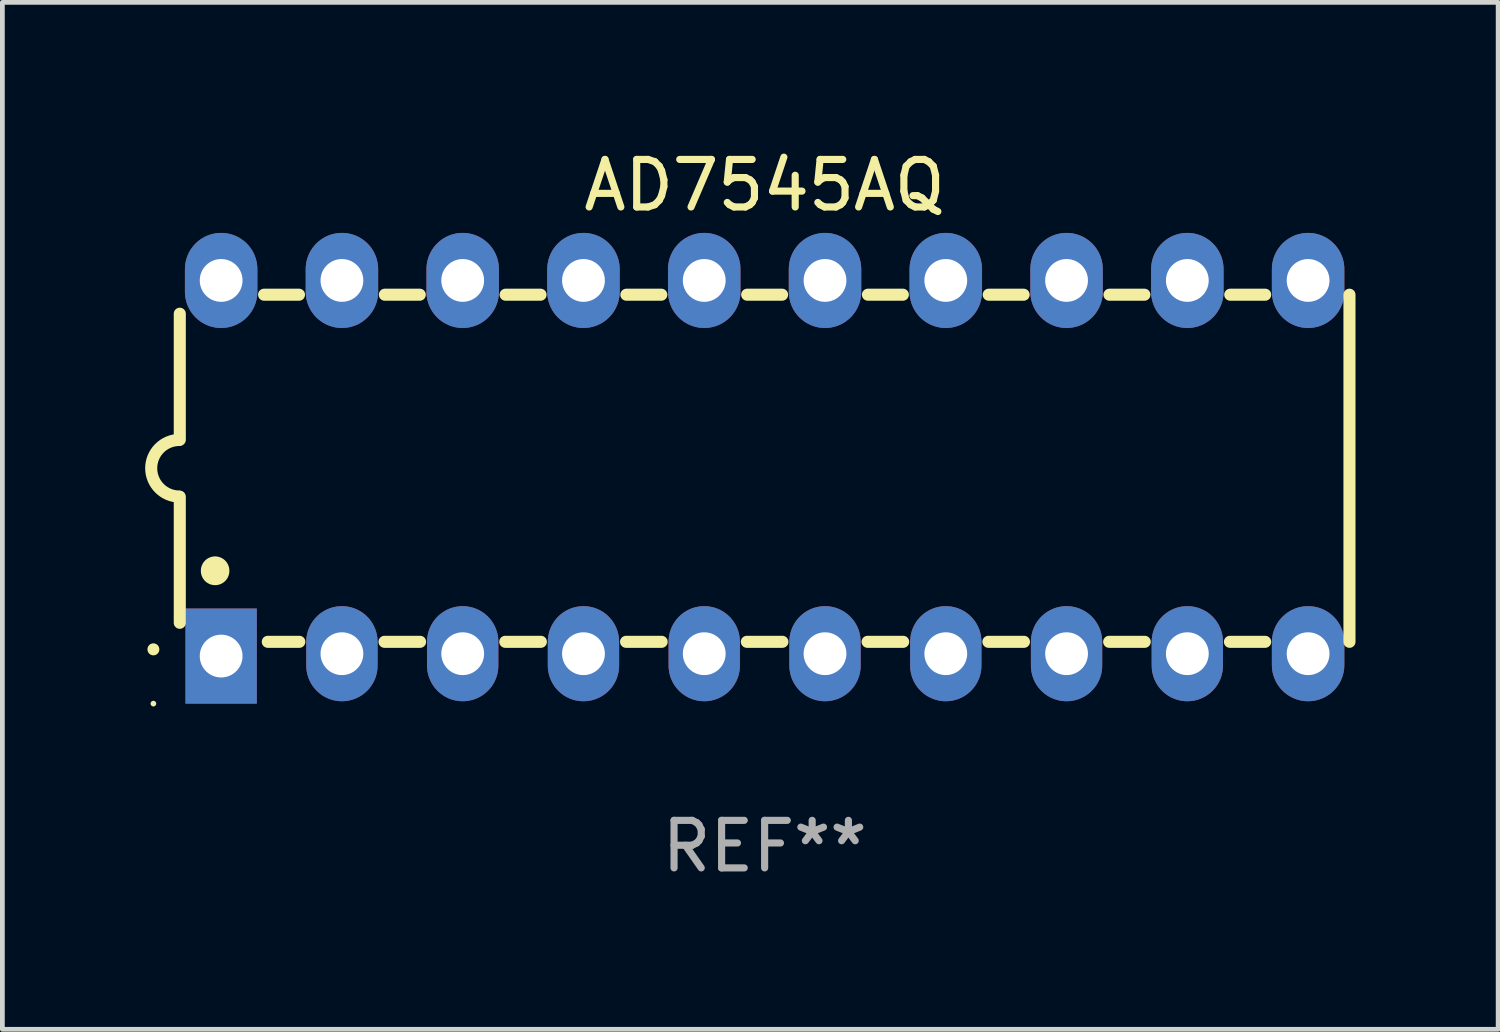
<source format=kicad_pcb>
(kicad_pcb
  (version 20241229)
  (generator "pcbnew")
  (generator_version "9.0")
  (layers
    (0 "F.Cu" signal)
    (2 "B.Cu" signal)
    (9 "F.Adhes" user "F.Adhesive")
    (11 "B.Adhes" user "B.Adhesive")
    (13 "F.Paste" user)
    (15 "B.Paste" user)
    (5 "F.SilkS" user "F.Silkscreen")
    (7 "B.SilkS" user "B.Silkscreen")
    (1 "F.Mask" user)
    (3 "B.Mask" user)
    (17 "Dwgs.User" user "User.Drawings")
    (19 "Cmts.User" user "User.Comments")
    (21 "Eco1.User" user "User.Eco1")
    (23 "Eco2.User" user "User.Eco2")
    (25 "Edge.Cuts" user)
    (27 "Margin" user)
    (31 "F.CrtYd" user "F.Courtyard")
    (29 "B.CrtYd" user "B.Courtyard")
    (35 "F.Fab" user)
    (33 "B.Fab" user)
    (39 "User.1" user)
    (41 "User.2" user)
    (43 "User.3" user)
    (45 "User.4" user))
  (footprint "AD7545AQ"
    (layer "F.Cu")
    (at 13.031 6.798)
    (property "Reference" "AD7545AQ" (at 0 -5.95 0) (layer "F.SilkS") (effects (font (size 1 1) (thickness 0.15))))
    (attr through_hole)
    (fp_line (start -12.3 -0.6) (end -12.3 -3.25) (stroke (width 0.254) (type solid)) (layer "F.SilkS"))
    (fp_line (start -12.3 3.25) (end -12.3 0.6) (stroke (width 0.254) (type solid)) (layer "F.SilkS"))
    (fp_line (start -10.527 -3.65) (end -9.793 -3.65) (stroke (width 0.254) (type solid)) (layer "F.SilkS"))
    (fp_line (start -10.449 3.65) (end -9.786 3.65) (stroke (width 0.254) (type solid)) (layer "F.SilkS"))
    (fp_line (start -7.994 3.65) (end -7.246 3.65) (stroke (width 0.254) (type solid)) (layer "F.SilkS"))
    (fp_line (start -7.987 -3.65) (end -7.253 -3.65) (stroke (width 0.254) (type solid)) (layer "F.SilkS"))
    (fp_line (start -5.454 3.65) (end -4.706 3.65) (stroke (width 0.254) (type solid)) (layer "F.SilkS"))
    (fp_line (start -5.447 -3.65) (end -4.713 -3.65) (stroke (width 0.254) (type solid)) (layer "F.SilkS"))
    (fp_line (start -2.914 3.65) (end -2.166 3.65) (stroke (width 0.254) (type solid)) (layer "F.SilkS"))
    (fp_line (start -2.907 -3.65) (end -2.173 -3.65) (stroke (width 0.254) (type solid)) (layer "F.SilkS"))
    (fp_line (start -0.374 3.65) (end 0.374 3.65) (stroke (width 0.254) (type solid)) (layer "F.SilkS"))
    (fp_line (start -0.367 -3.65) (end 0.367 -3.65) (stroke (width 0.254) (type solid)) (layer "F.SilkS"))
    (fp_line (start 2.166 3.65) (end 2.914 3.65) (stroke (width 0.254) (type solid)) (layer "F.SilkS"))
    (fp_line (start 2.173 -3.65) (end 2.907 -3.65) (stroke (width 0.254) (type solid)) (layer "F.SilkS"))
    (fp_line (start 4.706 3.65) (end 5.454 3.65) (stroke (width 0.254) (type solid)) (layer "F.SilkS"))
    (fp_line (start 4.713 -3.65) (end 5.447 -3.65) (stroke (width 0.254) (type solid)) (layer "F.SilkS"))
    (fp_line (start 7.246 3.65) (end 7.994 3.65) (stroke (width 0.254) (type solid)) (layer "F.SilkS"))
    (fp_line (start 7.253 -3.65) (end 7.987 -3.65) (stroke (width 0.254) (type solid)) (layer "F.SilkS"))
    (fp_line (start 9.786 3.65) (end 10.527 3.65) (stroke (width 0.254) (type solid)) (layer "F.SilkS"))
    (fp_line (start 9.793 -3.65) (end 10.527 -3.65) (stroke (width 0.254) (type solid)) (layer "F.SilkS"))
    (fp_line (start 12.3 -3.65) (end 12.3 3.65) (stroke (width 0.254) (type solid)) (layer "F.SilkS"))
    (fp_arc (start -12.854966 3.809881) (mid -12.854973 3.808611) (end -12.854966 3.807341) (stroke (width 0.25) (type solid)) (layer "F.SilkS"))
    (fp_arc (start -12.313894 0.594742) (mid -12.903982 -0.000152) (end -12.313894 -0.595046) (stroke (width 0.254001) (type solid)) (layer "F.SilkS"))
    (fp_arc (start -11.557023 2.158877) (mid -11.557034 2.156337) (end -11.557023 2.153797) (stroke (width 0.6) (type solid)) (layer "F.SilkS"))
    (fp_circle (center -12.855 4.95) (end -12.825 4.95) (stroke (width 0.06) (type solid)) (fill no) (layer "F.SilkS"))
    (fp_text user "REF**" (at 0 7.95 0) (layer "F.Fab") (effects (font (size 1 1) (thickness 0.15))))
    (pad "1" thru_hole rect (at -11.43 3.95 90) (size 2 1.5) (drill 0.9) (layers "*.Cu" "*.Mask"))
    (pad "2" thru_hole oval (at -8.89 3.9 90) (size 2 1.5) (drill 0.9) (layers "*.Cu" "*.Mask"))
    (pad "3" thru_hole oval (at -6.35 3.9 90) (size 2 1.5) (drill 0.9) (layers "*.Cu" "*.Mask"))
    (pad "4" thru_hole oval (at -3.81 3.9 90) (size 2 1.5) (drill 0.9) (layers "*.Cu" "*.Mask"))
    (pad "5" thru_hole oval (at -1.27 3.9 90) (size 2 1.5) (drill 0.9) (layers "*.Cu" "*.Mask"))
    (pad "6" thru_hole oval (at 1.27 3.9 90) (size 2 1.5) (drill 0.9) (layers "*.Cu" "*.Mask"))
    (pad "7" thru_hole oval (at 3.81 3.9 90) (size 2 1.5) (drill 0.9) (layers "*.Cu" "*.Mask"))
    (pad "8" thru_hole oval (at 6.35 3.9 90) (size 2 1.5) (drill 0.9) (layers "*.Cu" "*.Mask"))
    (pad "9" thru_hole oval (at 8.89 3.9 90) (size 2 1.5) (drill 0.9) (layers "*.Cu" "*.Mask"))
    (pad "10" thru_hole oval (at 11.43 3.9 90) (size 2 1.524) (drill 0.9) (layers "*.Cu" "*.Mask"))
    (pad "11" thru_hole oval (at 11.43 -3.95 90) (size 2 1.524) (drill 0.9) (layers "*.Cu" "*.Mask"))
    (pad "12" thru_hole oval (at 8.89 -3.95 90) (size 2 1.524) (drill 0.9) (layers "*.Cu" "*.Mask"))
    (pad "13" thru_hole oval (at 6.35 -3.95 90) (size 2 1.524) (drill 0.9) (layers "*.Cu" "*.Mask"))
    (pad "14" thru_hole oval (at 3.81 -3.95 90) (size 2 1.524) (drill 0.9) (layers "*.Cu" "*.Mask"))
    (pad "15" thru_hole oval (at 1.27 -3.95 90) (size 2 1.524) (drill 0.9) (layers "*.Cu" "*.Mask"))
    (pad "16" thru_hole oval (at -1.27 -3.95 90) (size 2 1.524) (drill 0.9) (layers "*.Cu" "*.Mask"))
    (pad "17" thru_hole oval (at -3.81 -3.95 90) (size 2 1.524) (drill 0.9) (layers "*.Cu" "*.Mask"))
    (pad "18" thru_hole oval (at -6.35 -3.95 90) (size 2 1.524) (drill 0.9) (layers "*.Cu" "*.Mask"))
    (pad "19" thru_hole oval (at -8.89 -3.95 90) (size 2 1.524) (drill 0.9) (layers "*.Cu" "*.Mask"))
    (pad "20" thru_hole oval (at -11.43 -3.95 90) (size 2 1.524) (drill 0.9) (layers "*.Cu" "*.Mask")))
  (gr_rect
    (start -3 -3)
    (end 28.458 18.597)
    (stroke (width 0.1) (type default))
    (fill no)
    (layer "Edge.Cuts")))
</source>
